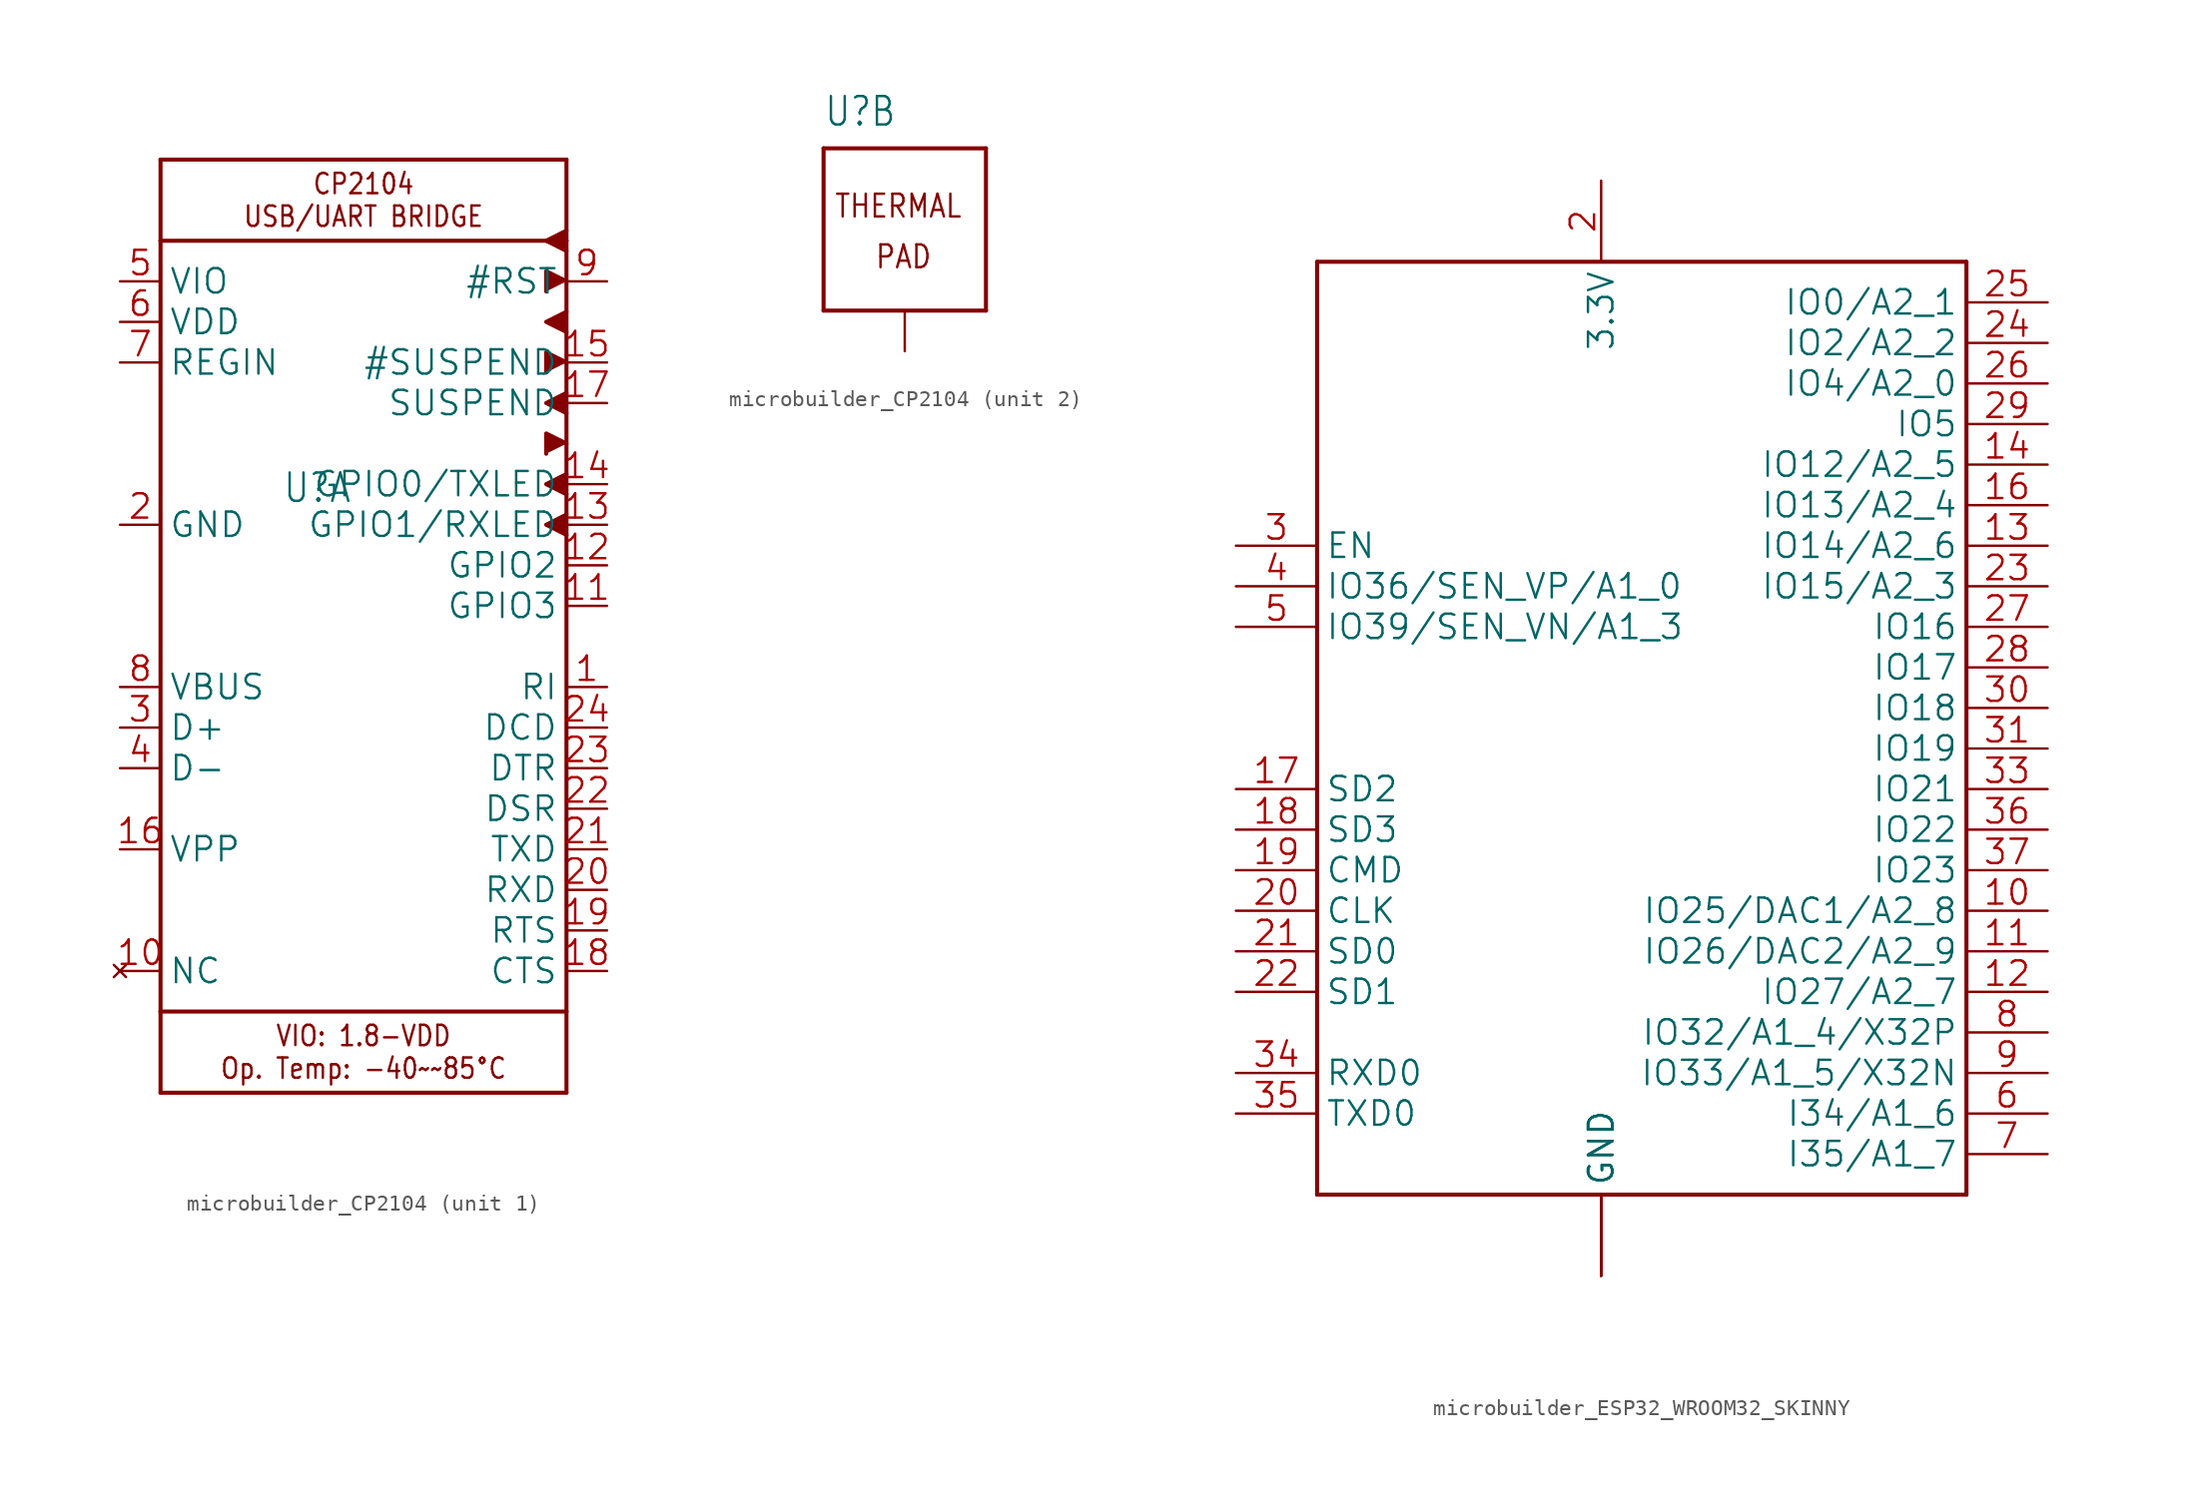
<source format=kicad_sym>
(kicad_symbol_lib
  (version 20241209)
  (generator "kicad_symbol_editor")
  (generator_version "9.0")
  (symbol "microbuilder_CP2104"
    (property "Reference" "U"
      (at -5.08 6.35 0)
      (effects (font (size 1.778 1.511)) (justify left bottom)))
    (property "ki_locked" ""
      (at 0 0 0)
      (effects (font (size 1.27 1.27))))
    (symbol "microbuilder_CP2104_1_0"
      (polyline (pts (xy -12.7 27.94) (xy 12.7 27.94)) (stroke (width 0.254) (type solid)) (fill (type none)))
      (polyline (pts (xy -12.7 22.86) (xy -12.7 27.94)) (stroke (width 0.254) (type solid)) (fill (type none)))
      (polyline (pts (xy -12.7 22.86) (xy 12.7 22.86)) (stroke (width 0.254) (type solid)) (fill (type none)))
      (polyline (pts (xy -12.7 -25.4) (xy -12.7 22.86)) (stroke (width 0.254) (type solid)) (fill (type none)))
      (polyline (pts (xy -12.7 -25.4) (xy -12.7 -30.48)) (stroke (width 0.254) (type solid)) (fill (type none)))
      (polyline (pts (xy -12.7 -30.48) (xy 12.7 -30.48)) (stroke (width 0.254) (type solid)) (fill (type none)))
      (polyline (pts (xy 11.43 19.685) (xy 11.43 20.955) (xy 12.7 20.32)) (stroke (width 0.254) (type solid)) (fill (type outline)))
      (polyline (pts (xy 11.43 14.605) (xy 11.43 15.875) (xy 12.7 15.24)) (stroke (width 0.254) (type solid)) (fill (type outline)))
      (polyline (pts (xy 11.43 9.525) (xy 11.43 10.795) (xy 12.7 10.16)) (stroke (width 0.254) (type solid)) (fill (type outline)))
      (polyline (pts (xy 12.7 27.94) (xy 12.7 22.86)) (stroke (width 0.254) (type solid)) (fill (type none)))
      (polyline (pts (xy 12.7 22.86) (xy 12.7 -25.4)) (stroke (width 0.254) (type solid)) (fill (type none)))
      (polyline (pts (xy 12.7 22.225) (xy 11.43 22.86) (xy 12.7 23.495)) (stroke (width 0.254) (type solid)) (fill (type outline)))
      (polyline (pts (xy 12.7 17.145) (xy 11.43 17.78) (xy 12.7 18.415)) (stroke (width 0.254) (type solid)) (fill (type outline)))
      (polyline (pts (xy 12.7 12.065) (xy 11.43 12.7) (xy 12.7 13.335)) (stroke (width 0.254) (type solid)) (fill (type outline)))
      (polyline (pts (xy 12.7 6.985) (xy 11.43 7.62) (xy 12.7 8.255)) (stroke (width 0.254) (type solid)) (fill (type outline)))
      (polyline (pts (xy 12.7 4.445) (xy 11.43 5.08) (xy 12.7 5.715)) (stroke (width 0.254) (type solid)) (fill (type outline)))
      (polyline (pts (xy 12.7 -25.4) (xy -12.7 -25.4)) (stroke (width 0.254) (type solid)) (fill (type none)))
      (polyline (pts (xy 12.7 -30.48) (xy 12.7 -25.4)) (stroke (width 0.254) (type solid)) (fill (type none)))
      (text "CP2104\nUSB/UART BRIDGE" (at 0 25.4 0) (effects (font (size 1.27 1.079))))
      (text "VIO: 1.8-VDD\nOp. Temp: -40~~85°C" (at 0 -27.94 0) (effects (font (size 1.27 1.079))))
      (pin power_in line (at -15.24 20.32 0) (length 2.54) (name "VIO" (effects (font (size 1.524 1.524)))) (number "5" (effects (font (size 1.524 1.524)))))
      (pin power_in line (at -15.24 17.78 0) (length 2.54) (name "VDD" (effects (font (size 1.524 1.524)))) (number "6" (effects (font (size 1.524 1.524)))))
      (pin power_in line (at -15.24 15.24 0) (length 2.54) (name "REGIN" (effects (font (size 1.524 1.524)))) (number "7" (effects (font (size 1.524 1.524)))))
      (pin power_in line (at -15.24 5.08 0) (length 2.54) (name "GND" (effects (font (size 1.524 1.524)))) (number "2" (effects (font (size 1.524 1.524)))))
      (pin power_in line (at -15.24 -5.08 0) (length 2.54) (name "VBUS" (effects (font (size 1.524 1.524)))) (number "8" (effects (font (size 1.524 1.524)))))
      (pin bidirectional line (at -15.24 -7.62 0) (length 2.54) (name "D+" (effects (font (size 1.524 1.524)))) (number "3" (effects (font (size 1.524 1.524)))))
      (pin bidirectional line (at -15.24 -10.16 0) (length 2.54) (name "D-" (effects (font (size 1.524 1.524)))) (number "4" (effects (font (size 1.524 1.524)))))
      (pin bidirectional line (at -15.24 -15.24 0) (length 2.54) (name "VPP" (effects (font (size 1.524 1.524)))) (number "16" (effects (font (size 1.524 1.524)))))
      (pin no_connect line (at -15.24 -22.86 0) (length 2.54) (name "NC" (effects (font (size 1.524 1.524)))) (number "10" (effects (font (size 1.524 1.524)))))
      (pin bidirectional line (at 15.24 20.32 180) (length 2.54) (name "#RST" (effects (font (size 1.524 1.524)))) (number "9" (effects (font (size 1.524 1.524)))))
      (pin output line (at 15.24 15.24 180) (length 2.54) (name "#SUSPEND" (effects (font (size 1.524 1.524)))) (number "15" (effects (font (size 1.524 1.524)))))
      (pin output line (at 15.24 12.7 180) (length 2.54) (name "SUSPEND" (effects (font (size 1.524 1.524)))) (number "17" (effects (font (size 1.524 1.524)))))
      (pin bidirectional line (at 15.24 7.62 180) (length 2.54) (name "GPIO0/TXLED" (effects (font (size 1.524 1.524)))) (number "14" (effects (font (size 1.524 1.524)))))
      (pin bidirectional line (at 15.24 5.08 180) (length 2.54) (name "GPIO1/RXLED" (effects (font (size 1.524 1.524)))) (number "13" (effects (font (size 1.524 1.524)))))
      (pin bidirectional line (at 15.24 2.54 180) (length 2.54) (name "GPIO2" (effects (font (size 1.524 1.524)))) (number "12" (effects (font (size 1.524 1.524)))))
      (pin bidirectional line (at 15.24 0 180) (length 2.54) (name "GPIO3" (effects (font (size 1.524 1.524)))) (number "11" (effects (font (size 1.524 1.524)))))
      (pin input line (at 15.24 -5.08 180) (length 2.54) (name "RI" (effects (font (size 1.524 1.524)))) (number "1" (effects (font (size 1.524 1.524)))))
      (pin input line (at 15.24 -7.62 180) (length 2.54) (name "DCD" (effects (font (size 1.524 1.524)))) (number "24" (effects (font (size 1.524 1.524)))))
      (pin output line (at 15.24 -10.16 180) (length 2.54) (name "DTR" (effects (font (size 1.524 1.524)))) (number "23" (effects (font (size 1.524 1.524)))))
      (pin input line (at 15.24 -12.7 180) (length 2.54) (name "DSR" (effects (font (size 1.524 1.524)))) (number "22" (effects (font (size 1.524 1.524)))))
      (pin output line (at 15.24 -15.24 180) (length 2.54) (name "TXD" (effects (font (size 1.524 1.524)))) (number "21" (effects (font (size 1.524 1.524)))))
      (pin input line (at 15.24 -17.78 180) (length 2.54) (name "RXD" (effects (font (size 1.524 1.524)))) (number "20" (effects (font (size 1.524 1.524)))))
      (pin output line (at 15.24 -20.32 180) (length 2.54) (name "RTS" (effects (font (size 1.524 1.524)))) (number "19" (effects (font (size 1.524 1.524)))))
      (pin input line (at 15.24 -22.86 180) (length 2.54) (name "CTS" (effects (font (size 1.524 1.524)))) (number "18" (effects (font (size 1.524 1.524))))))
    (symbol "microbuilder_CP2104_2_0"
      (polyline (pts (xy -5.08 5.08) (xy 5.08 5.08)) (stroke (width 0.254) (type solid)) (fill (type none)))
      (polyline (pts (xy -5.08 -5.08) (xy -5.08 5.08)) (stroke (width 0.254) (type solid)) (fill (type none)))
      (polyline (pts (xy 5.08 5.08) (xy 5.08 -5.08)) (stroke (width 0.254) (type solid)) (fill (type none)))
      (polyline (pts (xy 5.08 -5.08) (xy -5.08 -5.08)) (stroke (width 0.254) (type solid)) (fill (type none)))
      (text "THERMAL" (at -4.445 0.635 0) (effects (font (size 1.422 1.209)) (justify left bottom)))
      (text "PAD" (at -1.905 -2.54 0) (effects (font (size 1.422 1.209)) (justify left bottom)))
      (pin power_in line (at 0 -7.62 90) (length 2.54) (name "TP" (effects (font (size 0 0)))) (number "THERM" (effects (font (size 0 0)))))))
  (symbol "microbuilder_ESP32_WROOM32_SKINNY"
    (property "Reference" "X"
      (at 0 0 0)
      (effects (font (size 1.27 1.27)) (hide yes)))
    (property "ki_locked" ""
      (at 0 0 0)
      (effects (font (size 1.27 1.27))))
    (symbol "microbuilder_ESP32_WROOM32_SKINNY_1_0"
      (polyline (pts (xy -17.78 35.56) (xy 22.86 35.56)) (stroke (width 0.254) (type solid)) (fill (type none)))
      (polyline (pts (xy -17.78 -22.86) (xy -17.78 35.56)) (stroke (width 0.254) (type solid)) (fill (type none)))
      (polyline (pts (xy 22.86 35.56) (xy 22.86 -22.86)) (stroke (width 0.254) (type solid)) (fill (type none)))
      (polyline (pts (xy 22.86 -22.86) (xy -17.78 -22.86)) (stroke (width 0.254) (type solid)) (fill (type none)))
      (pin input line (at -22.86 17.78 0) (length 5.08) (name "EN" (effects (font (size 1.524 1.524)))) (number "3" (effects (font (size 1.524 1.524)))))
      (pin passive line (at -22.86 15.24 0) (length 5.08) (name "IO36/SEN_VP/A1_0" (effects (font (size 1.524 1.524)))) (number "4" (effects (font (size 1.524 1.524)))))
      (pin passive line (at -22.86 12.7 0) (length 5.08) (name "IO39/SEN_VN/A1_3" (effects (font (size 1.524 1.524)))) (number "5" (effects (font (size 1.524 1.524)))))
      (pin bidirectional line (at -22.86 2.54 0) (length 5.08) (name "SD2" (effects (font (size 1.524 1.524)))) (number "17" (effects (font (size 1.524 1.524)))))
      (pin bidirectional line (at -22.86 0 0) (length 5.08) (name "SD3" (effects (font (size 1.524 1.524)))) (number "18" (effects (font (size 1.524 1.524)))))
      (pin bidirectional line (at -22.86 -2.54 0) (length 5.08) (name "CMD" (effects (font (size 1.524 1.524)))) (number "19" (effects (font (size 1.524 1.524)))))
      (pin bidirectional line (at -22.86 -5.08 0) (length 5.08) (name "CLK" (effects (font (size 1.524 1.524)))) (number "20" (effects (font (size 1.524 1.524)))))
      (pin bidirectional line (at -22.86 -7.62 0) (length 5.08) (name "SD0" (effects (font (size 1.524 1.524)))) (number "21" (effects (font (size 1.524 1.524)))))
      (pin bidirectional line (at -22.86 -10.16 0) (length 5.08) (name "SD1" (effects (font (size 1.524 1.524)))) (number "22" (effects (font (size 1.524 1.524)))))
      (pin input line (at -22.86 -15.24 0) (length 5.08) (name "RXD0" (effects (font (size 1.524 1.524)))) (number "34" (effects (font (size 1.524 1.524)))))
      (pin output line (at -22.86 -17.78 0) (length 5.08) (name "TXD0" (effects (font (size 1.524 1.524)))) (number "35" (effects (font (size 1.524 1.524)))))
      (pin passive line (at 0 40.64 270) (length 5.08) (name "3.3V" (effects (font (size 1.524 1.524)))) (number "2" (effects (font (size 1.524 1.524)))))
      (pin passive line (at 0 -27.94 90) (length 5.08) (name "GND" (effects (font (size 1.524 1.524)))) (number "1" (effects (font (size 0 0)))))
      (pin passive line (at 0 -27.94 90) (length 5.08) (name "GND" (effects (font (size 1.524 1.524)))) (number "15" (effects (font (size 0 0)))))
      (pin passive line (at 0 -27.94 90) (length 5.08) (name "GND" (effects (font (size 1.524 1.524)))) (number "38" (effects (font (size 0 0)))))
      (pin passive line (at 0 -27.94 90) (length 5.08) (name "GND" (effects (font (size 1.524 1.524)))) (number "P$1" (effects (font (size 0 0)))))
      (pin bidirectional line (at 27.94 33.02 180) (length 5.08) (name "IO0/A2_1" (effects (font (size 1.524 1.524)))) (number "25" (effects (font (size 1.524 1.524)))))
      (pin bidirectional line (at 27.94 30.48 180) (length 5.08) (name "IO2/A2_2" (effects (font (size 1.524 1.524)))) (number "24" (effects (font (size 1.524 1.524)))))
      (pin bidirectional line (at 27.94 27.94 180) (length 5.08) (name "IO4/A2_0" (effects (font (size 1.524 1.524)))) (number "26" (effects (font (size 1.524 1.524)))))
      (pin bidirectional line (at 27.94 25.4 180) (length 5.08) (name "IO5" (effects (font (size 1.524 1.524)))) (number "29" (effects (font (size 1.524 1.524)))))
      (pin bidirectional line (at 27.94 22.86 180) (length 5.08) (name "IO12/A2_5" (effects (font (size 1.524 1.524)))) (number "14" (effects (font (size 1.524 1.524)))))
      (pin bidirectional line (at 27.94 20.32 180) (length 5.08) (name "IO13/A2_4" (effects (font (size 1.524 1.524)))) (number "16" (effects (font (size 1.524 1.524)))))
      (pin bidirectional line (at 27.94 17.78 180) (length 5.08) (name "IO14/A2_6" (effects (font (size 1.524 1.524)))) (number "13" (effects (font (size 1.524 1.524)))))
      (pin bidirectional line (at 27.94 15.24 180) (length 5.08) (name "IO15/A2_3" (effects (font (size 1.524 1.524)))) (number "23" (effects (font (size 1.524 1.524)))))
      (pin bidirectional line (at 27.94 12.7 180) (length 5.08) (name "IO16" (effects (font (size 1.524 1.524)))) (number "27" (effects (font (size 1.524 1.524)))))
      (pin bidirectional line (at 27.94 10.16 180) (length 5.08) (name "IO17" (effects (font (size 1.524 1.524)))) (number "28" (effects (font (size 1.524 1.524)))))
      (pin bidirectional line (at 27.94 7.62 180) (length 5.08) (name "IO18" (effects (font (size 1.524 1.524)))) (number "30" (effects (font (size 1.524 1.524)))))
      (pin bidirectional line (at 27.94 5.08 180) (length 5.08) (name "IO19" (effects (font (size 1.524 1.524)))) (number "31" (effects (font (size 1.524 1.524)))))
      (pin bidirectional line (at 27.94 2.54 180) (length 5.08) (name "IO21" (effects (font (size 1.524 1.524)))) (number "33" (effects (font (size 1.524 1.524)))))
      (pin bidirectional line (at 27.94 0 180) (length 5.08) (name "IO22" (effects (font (size 1.524 1.524)))) (number "36" (effects (font (size 1.524 1.524)))))
      (pin bidirectional line (at 27.94 -2.54 180) (length 5.08) (name "IO23" (effects (font (size 1.524 1.524)))) (number "37" (effects (font (size 1.524 1.524)))))
      (pin bidirectional line (at 27.94 -5.08 180) (length 5.08) (name "IO25/DAC1/A2_8" (effects (font (size 1.524 1.524)))) (number "10" (effects (font (size 1.524 1.524)))))
      (pin bidirectional line (at 27.94 -7.62 180) (length 5.08) (name "IO26/DAC2/A2_9" (effects (font (size 1.524 1.524)))) (number "11" (effects (font (size 1.524 1.524)))))
      (pin bidirectional line (at 27.94 -10.16 180) (length 5.08) (name "IO27/A2_7" (effects (font (size 1.524 1.524)))) (number "12" (effects (font (size 1.524 1.524)))))
      (pin bidirectional line (at 27.94 -12.7 180) (length 5.08) (name "IO32/A1_4/X32P" (effects (font (size 1.524 1.524)))) (number "8" (effects (font (size 1.524 1.524)))))
      (pin bidirectional line (at 27.94 -15.24 180) (length 5.08) (name "IO33/A1_5/X32N" (effects (font (size 1.524 1.524)))) (number "9" (effects (font (size 1.524 1.524)))))
      (pin bidirectional line (at 27.94 -17.78 180) (length 5.08) (name "I34/A1_6" (effects (font (size 1.524 1.524)))) (number "6" (effects (font (size 1.524 1.524)))))
      (pin bidirectional line (at 27.94 -20.32 180) (length 5.08) (name "I35/A1_7" (effects (font (size 1.524 1.524)))) (number "7" (effects (font (size 1.524 1.524))))))))
</source>
